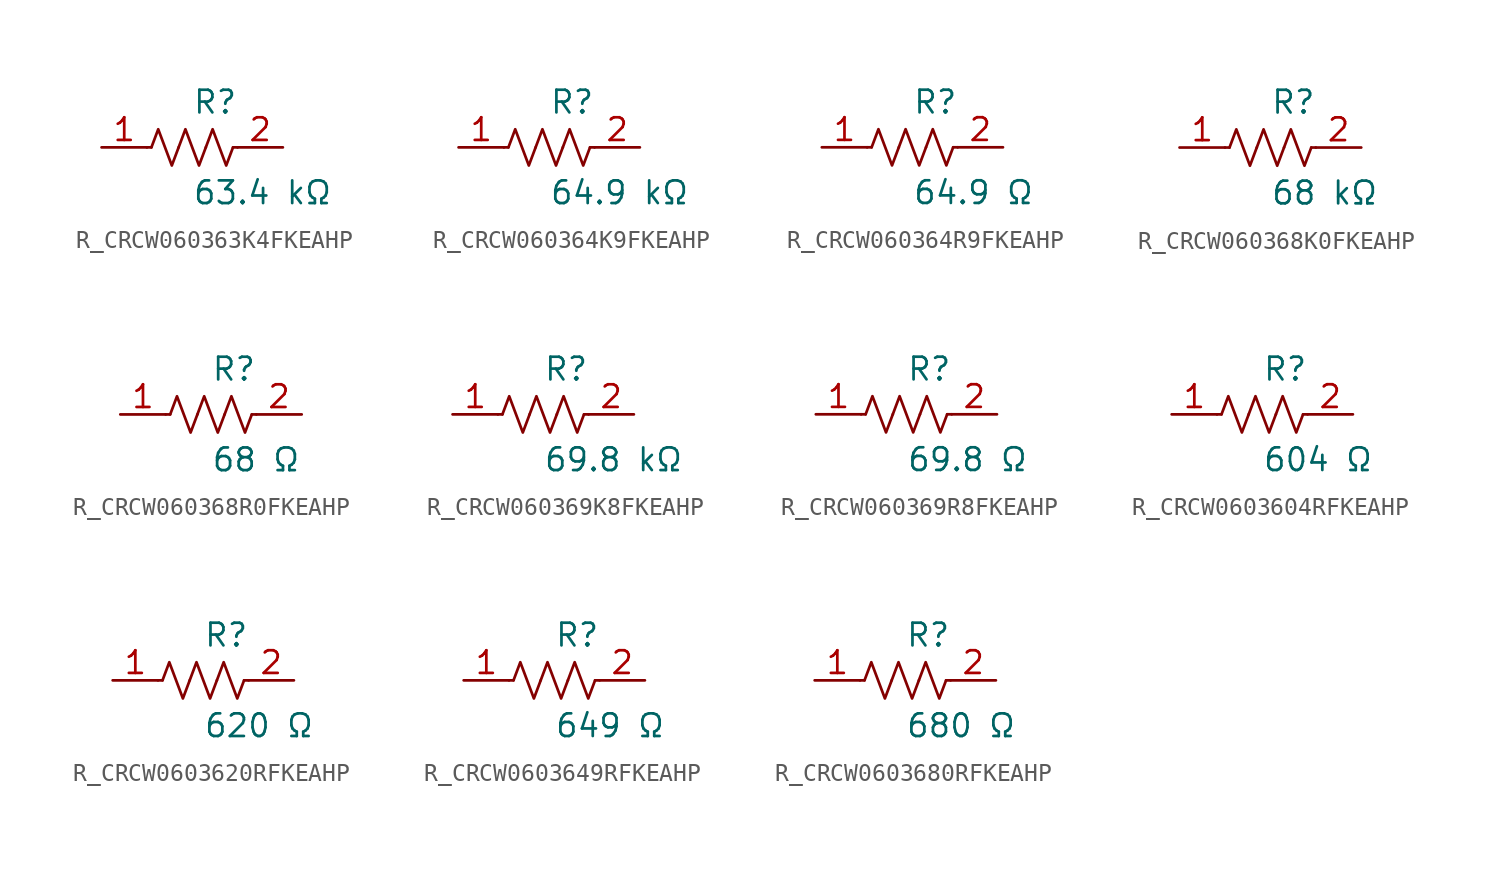
<source format=kicad_sym>
(kicad_symbol_lib
  (version 20231120)
  (generator kicad_symbol_editor)
  (generator_version 8.0)
  (symbol "R_CRCW060363K4FKEAHP"
    (pin_names
      (offset 0.254))
    (property "Reference" "R"
      (at 0.0 2.54 0)
      (effects (font (size 1.27 1.27)) (justify left)))
    (property "Value" "63.4 kΩ"
      (at 0.0 -2.54 0)
      (effects (font (size 1.27 1.27)) (justify left)))
    (symbol "R_CRCW060363K4FKEAHP_0_1"
      (polyline (pts (xy 2.286 0) (xy 2.54 0)) (stroke (width 0) (type default)) (fill (type none)))
      (polyline (pts (xy -2.286 0) (xy -2.54 0)) (stroke (width 0) (type default)) (fill (type none)))
      (polyline (pts (xy 0.762 0) (xy 1.143 1.016) (xy 1.524 0) (xy 1.905 -1.016) (xy 2.286 0)) (stroke (width 0) (type default)) (fill (type none)))
      (polyline (pts (xy -0.762 0) (xy -0.381 1.016) (xy 0 0) (xy 0.381 -1.016) (xy 0.762 0)) (stroke (width 0) (type default)) (fill (type none)))
      (polyline (pts (xy -2.286 0) (xy -1.905 1.016) (xy -1.524 0) (xy -1.143 -1.016) (xy -0.762 0)) (stroke (width 0) (type default)) (fill (type none))))
    (pin unspecified line
      (at -5.08 0 0)
      (length 2.54)
      (name "" (effects (font (size 1.27 1.27))))
      (number "1" (effects (font (size 1.27 1.27)))))
    (pin unspecified line
      (at 5.08 0 180)
      (length 2.54)
      (name "" (effects (font (size 1.27 1.27))))
      (number "2" (effects (font (size 1.27 1.27))))))
  (symbol "R_CRCW060364K9FKEAHP"
    (pin_names
      (offset 0.254))
    (property "Reference" "R"
      (at 0.0 2.54 0)
      (effects (font (size 1.27 1.27)) (justify left)))
    (property "Value" "64.9 kΩ"
      (at 0.0 -2.54 0)
      (effects (font (size 1.27 1.27)) (justify left)))
    (symbol "R_CRCW060364K9FKEAHP_0_1"
      (polyline (pts (xy 2.286 0) (xy 2.54 0)) (stroke (width 0) (type default)) (fill (type none)))
      (polyline (pts (xy -2.286 0) (xy -2.54 0)) (stroke (width 0) (type default)) (fill (type none)))
      (polyline (pts (xy 0.762 0) (xy 1.143 1.016) (xy 1.524 0) (xy 1.905 -1.016) (xy 2.286 0)) (stroke (width 0) (type default)) (fill (type none)))
      (polyline (pts (xy -0.762 0) (xy -0.381 1.016) (xy 0 0) (xy 0.381 -1.016) (xy 0.762 0)) (stroke (width 0) (type default)) (fill (type none)))
      (polyline (pts (xy -2.286 0) (xy -1.905 1.016) (xy -1.524 0) (xy -1.143 -1.016) (xy -0.762 0)) (stroke (width 0) (type default)) (fill (type none))))
    (pin unspecified line
      (at -5.08 0 0)
      (length 2.54)
      (name "" (effects (font (size 1.27 1.27))))
      (number "1" (effects (font (size 1.27 1.27)))))
    (pin unspecified line
      (at 5.08 0 180)
      (length 2.54)
      (name "" (effects (font (size 1.27 1.27))))
      (number "2" (effects (font (size 1.27 1.27))))))
  (symbol "R_CRCW060364R9FKEAHP"
    (pin_names
      (offset 0.254))
    (property "Reference" "R"
      (at 0.0 2.54 0)
      (effects (font (size 1.27 1.27)) (justify left)))
    (property "Value" "64.9 Ω"
      (at 0.0 -2.54 0)
      (effects (font (size 1.27 1.27)) (justify left)))
    (symbol "R_CRCW060364R9FKEAHP_0_1"
      (polyline (pts (xy 2.286 0) (xy 2.54 0)) (stroke (width 0) (type default)) (fill (type none)))
      (polyline (pts (xy -2.286 0) (xy -2.54 0)) (stroke (width 0) (type default)) (fill (type none)))
      (polyline (pts (xy 0.762 0) (xy 1.143 1.016) (xy 1.524 0) (xy 1.905 -1.016) (xy 2.286 0)) (stroke (width 0) (type default)) (fill (type none)))
      (polyline (pts (xy -0.762 0) (xy -0.381 1.016) (xy 0 0) (xy 0.381 -1.016) (xy 0.762 0)) (stroke (width 0) (type default)) (fill (type none)))
      (polyline (pts (xy -2.286 0) (xy -1.905 1.016) (xy -1.524 0) (xy -1.143 -1.016) (xy -0.762 0)) (stroke (width 0) (type default)) (fill (type none))))
    (pin unspecified line
      (at -5.08 0 0)
      (length 2.54)
      (name "" (effects (font (size 1.27 1.27))))
      (number "1" (effects (font (size 1.27 1.27)))))
    (pin unspecified line
      (at 5.08 0 180)
      (length 2.54)
      (name "" (effects (font (size 1.27 1.27))))
      (number "2" (effects (font (size 1.27 1.27))))))
  (symbol "R_CRCW060368K0FKEAHP"
    (pin_names
      (offset 0.254))
    (property "Reference" "R"
      (at 0.0 2.54 0)
      (effects (font (size 1.27 1.27)) (justify left)))
    (property "Value" "68 kΩ"
      (at 0.0 -2.54 0)
      (effects (font (size 1.27 1.27)) (justify left)))
    (symbol "R_CRCW060368K0FKEAHP_0_1"
      (polyline (pts (xy 2.286 0) (xy 2.54 0)) (stroke (width 0) (type default)) (fill (type none)))
      (polyline (pts (xy -2.286 0) (xy -2.54 0)) (stroke (width 0) (type default)) (fill (type none)))
      (polyline (pts (xy 0.762 0) (xy 1.143 1.016) (xy 1.524 0) (xy 1.905 -1.016) (xy 2.286 0)) (stroke (width 0) (type default)) (fill (type none)))
      (polyline (pts (xy -0.762 0) (xy -0.381 1.016) (xy 0 0) (xy 0.381 -1.016) (xy 0.762 0)) (stroke (width 0) (type default)) (fill (type none)))
      (polyline (pts (xy -2.286 0) (xy -1.905 1.016) (xy -1.524 0) (xy -1.143 -1.016) (xy -0.762 0)) (stroke (width 0) (type default)) (fill (type none))))
    (pin unspecified line
      (at -5.08 0 0)
      (length 2.54)
      (name "" (effects (font (size 1.27 1.27))))
      (number "1" (effects (font (size 1.27 1.27)))))
    (pin unspecified line
      (at 5.08 0 180)
      (length 2.54)
      (name "" (effects (font (size 1.27 1.27))))
      (number "2" (effects (font (size 1.27 1.27))))))
  (symbol "R_CRCW060368R0FKEAHP"
    (pin_names
      (offset 0.254))
    (property "Reference" "R"
      (at 0.0 2.54 0)
      (effects (font (size 1.27 1.27)) (justify left)))
    (property "Value" "68 Ω"
      (at 0.0 -2.54 0)
      (effects (font (size 1.27 1.27)) (justify left)))
    (symbol "R_CRCW060368R0FKEAHP_0_1"
      (polyline (pts (xy 2.286 0) (xy 2.54 0)) (stroke (width 0) (type default)) (fill (type none)))
      (polyline (pts (xy -2.286 0) (xy -2.54 0)) (stroke (width 0) (type default)) (fill (type none)))
      (polyline (pts (xy 0.762 0) (xy 1.143 1.016) (xy 1.524 0) (xy 1.905 -1.016) (xy 2.286 0)) (stroke (width 0) (type default)) (fill (type none)))
      (polyline (pts (xy -0.762 0) (xy -0.381 1.016) (xy 0 0) (xy 0.381 -1.016) (xy 0.762 0)) (stroke (width 0) (type default)) (fill (type none)))
      (polyline (pts (xy -2.286 0) (xy -1.905 1.016) (xy -1.524 0) (xy -1.143 -1.016) (xy -0.762 0)) (stroke (width 0) (type default)) (fill (type none))))
    (pin unspecified line
      (at -5.08 0 0)
      (length 2.54)
      (name "" (effects (font (size 1.27 1.27))))
      (number "1" (effects (font (size 1.27 1.27)))))
    (pin unspecified line
      (at 5.08 0 180)
      (length 2.54)
      (name "" (effects (font (size 1.27 1.27))))
      (number "2" (effects (font (size 1.27 1.27))))))
  (symbol "R_CRCW060369K8FKEAHP"
    (pin_names
      (offset 0.254))
    (property "Reference" "R"
      (at 0.0 2.54 0)
      (effects (font (size 1.27 1.27)) (justify left)))
    (property "Value" "69.8 kΩ"
      (at 0.0 -2.54 0)
      (effects (font (size 1.27 1.27)) (justify left)))
    (symbol "R_CRCW060369K8FKEAHP_0_1"
      (polyline (pts (xy 2.286 0) (xy 2.54 0)) (stroke (width 0) (type default)) (fill (type none)))
      (polyline (pts (xy -2.286 0) (xy -2.54 0)) (stroke (width 0) (type default)) (fill (type none)))
      (polyline (pts (xy 0.762 0) (xy 1.143 1.016) (xy 1.524 0) (xy 1.905 -1.016) (xy 2.286 0)) (stroke (width 0) (type default)) (fill (type none)))
      (polyline (pts (xy -0.762 0) (xy -0.381 1.016) (xy 0 0) (xy 0.381 -1.016) (xy 0.762 0)) (stroke (width 0) (type default)) (fill (type none)))
      (polyline (pts (xy -2.286 0) (xy -1.905 1.016) (xy -1.524 0) (xy -1.143 -1.016) (xy -0.762 0)) (stroke (width 0) (type default)) (fill (type none))))
    (pin unspecified line
      (at -5.08 0 0)
      (length 2.54)
      (name "" (effects (font (size 1.27 1.27))))
      (number "1" (effects (font (size 1.27 1.27)))))
    (pin unspecified line
      (at 5.08 0 180)
      (length 2.54)
      (name "" (effects (font (size 1.27 1.27))))
      (number "2" (effects (font (size 1.27 1.27))))))
  (symbol "R_CRCW060369R8FKEAHP"
    (pin_names
      (offset 0.254))
    (property "Reference" "R"
      (at 0.0 2.54 0)
      (effects (font (size 1.27 1.27)) (justify left)))
    (property "Value" "69.8 Ω"
      (at 0.0 -2.54 0)
      (effects (font (size 1.27 1.27)) (justify left)))
    (symbol "R_CRCW060369R8FKEAHP_0_1"
      (polyline (pts (xy 2.286 0) (xy 2.54 0)) (stroke (width 0) (type default)) (fill (type none)))
      (polyline (pts (xy -2.286 0) (xy -2.54 0)) (stroke (width 0) (type default)) (fill (type none)))
      (polyline (pts (xy 0.762 0) (xy 1.143 1.016) (xy 1.524 0) (xy 1.905 -1.016) (xy 2.286 0)) (stroke (width 0) (type default)) (fill (type none)))
      (polyline (pts (xy -0.762 0) (xy -0.381 1.016) (xy 0 0) (xy 0.381 -1.016) (xy 0.762 0)) (stroke (width 0) (type default)) (fill (type none)))
      (polyline (pts (xy -2.286 0) (xy -1.905 1.016) (xy -1.524 0) (xy -1.143 -1.016) (xy -0.762 0)) (stroke (width 0) (type default)) (fill (type none))))
    (pin unspecified line
      (at -5.08 0 0)
      (length 2.54)
      (name "" (effects (font (size 1.27 1.27))))
      (number "1" (effects (font (size 1.27 1.27)))))
    (pin unspecified line
      (at 5.08 0 180)
      (length 2.54)
      (name "" (effects (font (size 1.27 1.27))))
      (number "2" (effects (font (size 1.27 1.27))))))
  (symbol "R_CRCW0603604RFKEAHP"
    (pin_names
      (offset 0.254))
    (property "Reference" "R"
      (at 0.0 2.54 0)
      (effects (font (size 1.27 1.27)) (justify left)))
    (property "Value" "604 Ω"
      (at 0.0 -2.54 0)
      (effects (font (size 1.27 1.27)) (justify left)))
    (symbol "R_CRCW0603604RFKEAHP_0_1"
      (polyline (pts (xy 2.286 0) (xy 2.54 0)) (stroke (width 0) (type default)) (fill (type none)))
      (polyline (pts (xy -2.286 0) (xy -2.54 0)) (stroke (width 0) (type default)) (fill (type none)))
      (polyline (pts (xy 0.762 0) (xy 1.143 1.016) (xy 1.524 0) (xy 1.905 -1.016) (xy 2.286 0)) (stroke (width 0) (type default)) (fill (type none)))
      (polyline (pts (xy -0.762 0) (xy -0.381 1.016) (xy 0 0) (xy 0.381 -1.016) (xy 0.762 0)) (stroke (width 0) (type default)) (fill (type none)))
      (polyline (pts (xy -2.286 0) (xy -1.905 1.016) (xy -1.524 0) (xy -1.143 -1.016) (xy -0.762 0)) (stroke (width 0) (type default)) (fill (type none))))
    (pin unspecified line
      (at -5.08 0 0)
      (length 2.54)
      (name "" (effects (font (size 1.27 1.27))))
      (number "1" (effects (font (size 1.27 1.27)))))
    (pin unspecified line
      (at 5.08 0 180)
      (length 2.54)
      (name "" (effects (font (size 1.27 1.27))))
      (number "2" (effects (font (size 1.27 1.27))))))
  (symbol "R_CRCW0603620RFKEAHP"
    (pin_names
      (offset 0.254))
    (property "Reference" "R"
      (at 0.0 2.54 0)
      (effects (font (size 1.27 1.27)) (justify left)))
    (property "Value" "620 Ω"
      (at 0.0 -2.54 0)
      (effects (font (size 1.27 1.27)) (justify left)))
    (symbol "R_CRCW0603620RFKEAHP_0_1"
      (polyline (pts (xy 2.286 0) (xy 2.54 0)) (stroke (width 0) (type default)) (fill (type none)))
      (polyline (pts (xy -2.286 0) (xy -2.54 0)) (stroke (width 0) (type default)) (fill (type none)))
      (polyline (pts (xy 0.762 0) (xy 1.143 1.016) (xy 1.524 0) (xy 1.905 -1.016) (xy 2.286 0)) (stroke (width 0) (type default)) (fill (type none)))
      (polyline (pts (xy -0.762 0) (xy -0.381 1.016) (xy 0 0) (xy 0.381 -1.016) (xy 0.762 0)) (stroke (width 0) (type default)) (fill (type none)))
      (polyline (pts (xy -2.286 0) (xy -1.905 1.016) (xy -1.524 0) (xy -1.143 -1.016) (xy -0.762 0)) (stroke (width 0) (type default)) (fill (type none))))
    (pin unspecified line
      (at -5.08 0 0)
      (length 2.54)
      (name "" (effects (font (size 1.27 1.27))))
      (number "1" (effects (font (size 1.27 1.27)))))
    (pin unspecified line
      (at 5.08 0 180)
      (length 2.54)
      (name "" (effects (font (size 1.27 1.27))))
      (number "2" (effects (font (size 1.27 1.27))))))
  (symbol "R_CRCW0603649RFKEAHP"
    (pin_names
      (offset 0.254))
    (property "Reference" "R"
      (at 0.0 2.54 0)
      (effects (font (size 1.27 1.27)) (justify left)))
    (property "Value" "649 Ω"
      (at 0.0 -2.54 0)
      (effects (font (size 1.27 1.27)) (justify left)))
    (symbol "R_CRCW0603649RFKEAHP_0_1"
      (polyline (pts (xy 2.286 0) (xy 2.54 0)) (stroke (width 0) (type default)) (fill (type none)))
      (polyline (pts (xy -2.286 0) (xy -2.54 0)) (stroke (width 0) (type default)) (fill (type none)))
      (polyline (pts (xy 0.762 0) (xy 1.143 1.016) (xy 1.524 0) (xy 1.905 -1.016) (xy 2.286 0)) (stroke (width 0) (type default)) (fill (type none)))
      (polyline (pts (xy -0.762 0) (xy -0.381 1.016) (xy 0 0) (xy 0.381 -1.016) (xy 0.762 0)) (stroke (width 0) (type default)) (fill (type none)))
      (polyline (pts (xy -2.286 0) (xy -1.905 1.016) (xy -1.524 0) (xy -1.143 -1.016) (xy -0.762 0)) (stroke (width 0) (type default)) (fill (type none))))
    (pin unspecified line
      (at -5.08 0 0)
      (length 2.54)
      (name "" (effects (font (size 1.27 1.27))))
      (number "1" (effects (font (size 1.27 1.27)))))
    (pin unspecified line
      (at 5.08 0 180)
      (length 2.54)
      (name "" (effects (font (size 1.27 1.27))))
      (number "2" (effects (font (size 1.27 1.27))))))
  (symbol "R_CRCW0603680RFKEAHP"
    (pin_names
      (offset 0.254))
    (property "Reference" "R"
      (at 0.0 2.54 0)
      (effects (font (size 1.27 1.27)) (justify left)))
    (property "Value" "680 Ω"
      (at 0.0 -2.54 0)
      (effects (font (size 1.27 1.27)) (justify left)))
    (symbol "R_CRCW0603680RFKEAHP_0_1"
      (polyline (pts (xy 2.286 0) (xy 2.54 0)) (stroke (width 0) (type default)) (fill (type none)))
      (polyline (pts (xy -2.286 0) (xy -2.54 0)) (stroke (width 0) (type default)) (fill (type none)))
      (polyline (pts (xy 0.762 0) (xy 1.143 1.016) (xy 1.524 0) (xy 1.905 -1.016) (xy 2.286 0)) (stroke (width 0) (type default)) (fill (type none)))
      (polyline (pts (xy -0.762 0) (xy -0.381 1.016) (xy 0 0) (xy 0.381 -1.016) (xy 0.762 0)) (stroke (width 0) (type default)) (fill (type none)))
      (polyline (pts (xy -2.286 0) (xy -1.905 1.016) (xy -1.524 0) (xy -1.143 -1.016) (xy -0.762 0)) (stroke (width 0) (type default)) (fill (type none))))
    (pin unspecified line
      (at -5.08 0 0)
      (length 2.54)
      (name "" (effects (font (size 1.27 1.27))))
      (number "1" (effects (font (size 1.27 1.27)))))
    (pin unspecified line
      (at 5.08 0 180)
      (length 2.54)
      (name "" (effects (font (size 1.27 1.27))))
      (number "2" (effects (font (size 1.27 1.27)))))))
</source>
